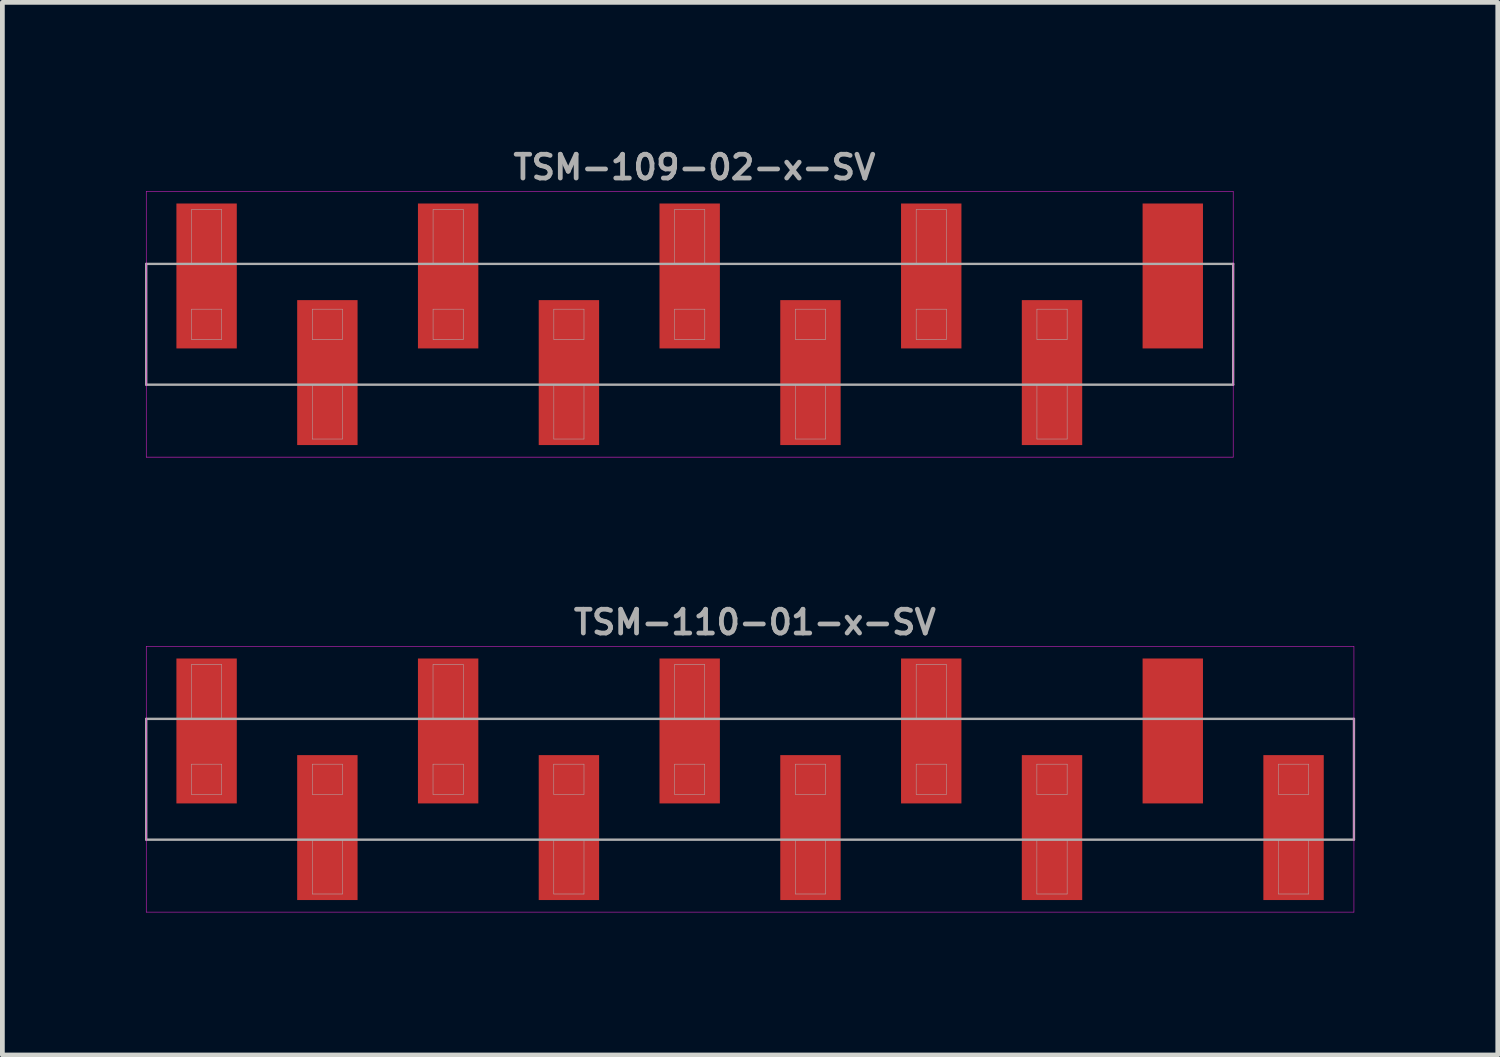
<source format=kicad_pcb>
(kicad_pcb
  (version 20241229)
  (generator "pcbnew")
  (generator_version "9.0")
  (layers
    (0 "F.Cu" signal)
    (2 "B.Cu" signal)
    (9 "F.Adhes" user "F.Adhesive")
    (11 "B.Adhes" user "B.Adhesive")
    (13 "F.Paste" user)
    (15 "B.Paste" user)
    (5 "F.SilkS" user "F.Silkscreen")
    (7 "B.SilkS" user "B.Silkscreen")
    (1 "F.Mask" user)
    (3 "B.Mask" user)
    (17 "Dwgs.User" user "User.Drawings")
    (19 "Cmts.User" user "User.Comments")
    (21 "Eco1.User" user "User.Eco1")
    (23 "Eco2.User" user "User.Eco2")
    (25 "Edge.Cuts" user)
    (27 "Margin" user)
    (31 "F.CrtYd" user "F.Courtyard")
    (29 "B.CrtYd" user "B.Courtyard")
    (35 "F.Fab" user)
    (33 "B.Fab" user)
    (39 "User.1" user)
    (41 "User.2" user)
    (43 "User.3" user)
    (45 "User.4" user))
  (footprint "TSM-109-02-x-SV"
    (layer "F.Cu")
    (at 11.455 3.77)
    (property "Reference" "TSM-109-02-x-SV" (at 0.1 -3.302 0) (layer "F.Fab") (effects (font (size 0.5 0.5) (thickness 0.1))))
    (attr smd)
    (fp_line (start -11.43 -2.794) (end -11.43 2.794) (stroke (width 0.01) (type solid)) (layer "F.CrtYd"))
    (fp_line (start -11.43 2.794) (end 11.43 2.794) (stroke (width 0.01) (type solid)) (layer "F.CrtYd"))
    (fp_line (start 11.43 -2.794) (end -11.43 -2.794) (stroke (width 0.01) (type solid)) (layer "F.CrtYd"))
    (fp_line (start 11.43 2.794) (end 11.43 -2.794) (stroke (width 0.01) (type solid)) (layer "F.CrtYd"))
    (fp_line (start -11.43 -1.27) (end -11.43 1.27) (stroke (width 0.05) (type solid)) (layer "F.Fab"))
    (fp_line (start -11.43 1.27) (end 11.43 1.27) (stroke (width 0.05) (type solid)) (layer "F.Fab"))
    (fp_line (start -10.477 -2.413) (end -9.842 -2.413) (stroke (width 0.01) (type solid)) (layer "F.Fab"))
    (fp_line (start -10.477 -1.27) (end -10.477 -2.413) (stroke (width 0.01) (type solid)) (layer "F.Fab"))
    (fp_line (start -10.477 -0.318) (end -10.477 0.318) (stroke (width 0.01) (type solid)) (layer "F.Fab"))
    (fp_line (start -10.477 0.318) (end -9.842 0.318) (stroke (width 0.01) (type solid)) (layer "F.Fab"))
    (fp_line (start -9.842 -2.413) (end -9.842 -1.27) (stroke (width 0.01) (type solid)) (layer "F.Fab"))
    (fp_line (start -9.842 -0.318) (end -10.477 -0.318) (stroke (width 0.01) (type solid)) (layer "F.Fab"))
    (fp_line (start -9.842 0.318) (end -9.842 -0.318) (stroke (width 0.01) (type solid)) (layer "F.Fab"))
    (fp_line (start -7.938 -0.318) (end -7.938 0.318) (stroke (width 0.01) (type solid)) (layer "F.Fab"))
    (fp_line (start -7.938 0.318) (end -7.303 0.318) (stroke (width 0.01) (type solid)) (layer "F.Fab"))
    (fp_line (start -7.938 2.413) (end -7.938 1.27) (stroke (width 0.01) (type solid)) (layer "F.Fab"))
    (fp_line (start -7.303 -0.318) (end -7.938 -0.318) (stroke (width 0.01) (type solid)) (layer "F.Fab"))
    (fp_line (start -7.303 0.318) (end -7.303 -0.318) (stroke (width 0.01) (type solid)) (layer "F.Fab"))
    (fp_line (start -7.303 1.27) (end -7.303 2.413) (stroke (width 0.01) (type solid)) (layer "F.Fab"))
    (fp_line (start -7.303 2.413) (end -7.938 2.413) (stroke (width 0.01) (type solid)) (layer "F.Fab"))
    (fp_line (start -5.397 -2.413) (end -4.763 -2.413) (stroke (width 0.01) (type solid)) (layer "F.Fab"))
    (fp_line (start -5.397 -1.27) (end -5.397 -2.413) (stroke (width 0.01) (type solid)) (layer "F.Fab"))
    (fp_line (start -5.397 -0.318) (end -5.397 0.318) (stroke (width 0.01) (type solid)) (layer "F.Fab"))
    (fp_line (start -5.397 0.318) (end -4.763 0.318) (stroke (width 0.01) (type solid)) (layer "F.Fab"))
    (fp_line (start -4.763 -2.413) (end -4.763 -1.27) (stroke (width 0.01) (type solid)) (layer "F.Fab"))
    (fp_line (start -4.763 -0.318) (end -5.397 -0.318) (stroke (width 0.01) (type solid)) (layer "F.Fab"))
    (fp_line (start -4.763 0.318) (end -4.763 -0.318) (stroke (width 0.01) (type solid)) (layer "F.Fab"))
    (fp_line (start -2.857 -0.318) (end -2.857 0.318) (stroke (width 0.01) (type solid)) (layer "F.Fab"))
    (fp_line (start -2.857 0.318) (end -2.223 0.318) (stroke (width 0.01) (type solid)) (layer "F.Fab"))
    (fp_line (start -2.857 2.413) (end -2.857 1.27) (stroke (width 0.01) (type solid)) (layer "F.Fab"))
    (fp_line (start -2.223 -0.318) (end -2.857 -0.318) (stroke (width 0.01) (type solid)) (layer "F.Fab"))
    (fp_line (start -2.223 0.318) (end -2.223 -0.318) (stroke (width 0.01) (type solid)) (layer "F.Fab"))
    (fp_line (start -2.223 1.27) (end -2.223 2.413) (stroke (width 0.01) (type solid)) (layer "F.Fab"))
    (fp_line (start -2.223 2.413) (end -2.857 2.413) (stroke (width 0.01) (type solid)) (layer "F.Fab"))
    (fp_line (start -0.318 -2.413) (end 0.318 -2.413) (stroke (width 0.01) (type solid)) (layer "F.Fab"))
    (fp_line (start -0.318 -1.27) (end -0.318 -2.413) (stroke (width 0.01) (type solid)) (layer "F.Fab"))
    (fp_line (start -0.318 -0.318) (end -0.318 0.318) (stroke (width 0.01) (type solid)) (layer "F.Fab"))
    (fp_line (start -0.318 0.318) (end 0.318 0.318) (stroke (width 0.01) (type solid)) (layer "F.Fab"))
    (fp_line (start 0.318 -2.413) (end 0.318 -1.27) (stroke (width 0.01) (type solid)) (layer "F.Fab"))
    (fp_line (start 0.318 -0.318) (end -0.318 -0.318) (stroke (width 0.01) (type solid)) (layer "F.Fab"))
    (fp_line (start 0.318 0.318) (end 0.318 -0.318) (stroke (width 0.01) (type solid)) (layer "F.Fab"))
    (fp_line (start 2.223 -0.318) (end 2.223 0.318) (stroke (width 0.01) (type solid)) (layer "F.Fab"))
    (fp_line (start 2.223 0.318) (end 2.857 0.318) (stroke (width 0.01) (type solid)) (layer "F.Fab"))
    (fp_line (start 2.223 2.413) (end 2.223 1.27) (stroke (width 0.01) (type solid)) (layer "F.Fab"))
    (fp_line (start 2.857 -0.318) (end 2.223 -0.318) (stroke (width 0.01) (type solid)) (layer "F.Fab"))
    (fp_line (start 2.857 0.318) (end 2.857 -0.318) (stroke (width 0.01) (type solid)) (layer "F.Fab"))
    (fp_line (start 2.857 1.27) (end 2.857 2.413) (stroke (width 0.01) (type solid)) (layer "F.Fab"))
    (fp_line (start 2.857 2.413) (end 2.223 2.413) (stroke (width 0.01) (type solid)) (layer "F.Fab"))
    (fp_line (start 4.763 -2.413) (end 5.397 -2.413) (stroke (width 0.01) (type solid)) (layer "F.Fab"))
    (fp_line (start 4.763 -1.27) (end 4.763 -2.413) (stroke (width 0.01) (type solid)) (layer "F.Fab"))
    (fp_line (start 4.763 -0.318) (end 4.763 0.318) (stroke (width 0.01) (type solid)) (layer "F.Fab"))
    (fp_line (start 4.763 0.318) (end 5.397 0.318) (stroke (width 0.01) (type solid)) (layer "F.Fab"))
    (fp_line (start 5.397 -2.413) (end 5.397 -1.27) (stroke (width 0.01) (type solid)) (layer "F.Fab"))
    (fp_line (start 5.397 -0.318) (end 4.763 -0.318) (stroke (width 0.01) (type solid)) (layer "F.Fab"))
    (fp_line (start 5.397 0.318) (end 5.397 -0.318) (stroke (width 0.01) (type solid)) (layer "F.Fab"))
    (fp_line (start 7.303 -0.318) (end 7.303 0.318) (stroke (width 0.01) (type solid)) (layer "F.Fab"))
    (fp_line (start 7.303 0.318) (end 7.938 0.318) (stroke (width 0.01) (type solid)) (layer "F.Fab"))
    (fp_line (start 7.303 2.413) (end 7.303 1.27) (stroke (width 0.01) (type solid)) (layer "F.Fab"))
    (fp_line (start 7.938 -0.318) (end 7.303 -0.318) (stroke (width 0.01) (type solid)) (layer "F.Fab"))
    (fp_line (start 7.938 0.318) (end 7.938 -0.318) (stroke (width 0.01) (type solid)) (layer "F.Fab"))
    (fp_line (start 7.938 1.27) (end 7.938 2.413) (stroke (width 0.01) (type solid)) (layer "F.Fab"))
    (fp_line (start 7.938 2.413) (end 7.303 2.413) (stroke (width 0.01) (type solid)) (layer "F.Fab"))
    (fp_line (start 11.43 -1.27) (end -11.43 -1.27) (stroke (width 0.05) (type solid)) (layer "F.Fab"))
    (fp_line (start 11.43 1.27) (end 11.43 -1.27) (stroke (width 0.05) (type solid)) (layer "F.Fab"))
    (pad "1" smd rect (at -10.16 -1.016) (size 1.27 3.048) (layers "F.Cu" "F.Mask" "F.Paste"))
    (pad "2" smd rect (at -7.62 1.016) (size 1.27 3.048) (layers "F.Cu" "F.Mask" "F.Paste"))
    (pad "3" smd rect (at -5.08 -1.016) (size 1.27 3.048) (layers "F.Cu" "F.Mask" "F.Paste"))
    (pad "4" smd rect (at -2.54 1.016) (size 1.27 3.048) (layers "F.Cu" "F.Mask" "F.Paste"))
    (pad "5" smd rect (at 0 -1.016) (size 1.27 3.048) (layers "F.Cu" "F.Mask" "F.Paste"))
    (pad "6" smd rect (at 2.54 1.016) (size 1.27 3.048) (layers "F.Cu" "F.Mask" "F.Paste"))
    (pad "7" smd rect (at 5.08 -1.016) (size 1.27 3.048) (layers "F.Cu" "F.Mask" "F.Paste"))
    (pad "8" smd rect (at 7.62 1.016) (size 1.27 3.048) (layers "F.Cu" "F.Mask" "F.Paste"))
    (pad "9" smd rect (at 10.16 -1.016) (size 1.27 3.048) (layers "F.Cu" "F.Mask" "F.Paste")))
  (footprint "TSM-110-01-x-SV"
    (layer "F.Cu")
    (at 12.725 13.339)
    (property "Reference" "TSM-110-01-x-SV" (at 0.1 -3.302 0) (layer "F.Fab") (effects (font (size 0.5 0.5) (thickness 0.1))))
    (attr smd)
    (fp_line (start -12.7 -2.794) (end -12.7 2.794) (stroke (width 0.01) (type solid)) (layer "F.CrtYd"))
    (fp_line (start -12.7 2.794) (end 12.7 2.794) (stroke (width 0.01) (type solid)) (layer "F.CrtYd"))
    (fp_line (start 12.7 -2.794) (end -12.7 -2.794) (stroke (width 0.01) (type solid)) (layer "F.CrtYd"))
    (fp_line (start 12.7 2.794) (end 12.7 -2.794) (stroke (width 0.01) (type solid)) (layer "F.CrtYd"))
    (fp_line (start -12.7 -1.27) (end -12.7 1.27) (stroke (width 0.05) (type solid)) (layer "F.Fab"))
    (fp_line (start -12.7 1.27) (end 12.7 1.27) (stroke (width 0.05) (type solid)) (layer "F.Fab"))
    (fp_line (start -11.748 -2.413) (end -11.113 -2.413) (stroke (width 0.01) (type solid)) (layer "F.Fab"))
    (fp_line (start -11.748 -1.27) (end -11.748 -2.413) (stroke (width 0.01) (type solid)) (layer "F.Fab"))
    (fp_line (start -11.748 -0.318) (end -11.748 0.318) (stroke (width 0.01) (type solid)) (layer "F.Fab"))
    (fp_line (start -11.748 0.318) (end -11.113 0.318) (stroke (width 0.01) (type solid)) (layer "F.Fab"))
    (fp_line (start -11.113 -2.413) (end -11.113 -1.27) (stroke (width 0.01) (type solid)) (layer "F.Fab"))
    (fp_line (start -11.113 -0.318) (end -11.748 -0.318) (stroke (width 0.01) (type solid)) (layer "F.Fab"))
    (fp_line (start -11.113 0.318) (end -11.113 -0.318) (stroke (width 0.01) (type solid)) (layer "F.Fab"))
    (fp_line (start -9.207 -0.318) (end -9.207 0.318) (stroke (width 0.01) (type solid)) (layer "F.Fab"))
    (fp_line (start -9.207 0.318) (end -8.572 0.318) (stroke (width 0.01) (type solid)) (layer "F.Fab"))
    (fp_line (start -9.207 2.413) (end -9.207 1.27) (stroke (width 0.01) (type solid)) (layer "F.Fab"))
    (fp_line (start -8.572 -0.318) (end -9.207 -0.318) (stroke (width 0.01) (type solid)) (layer "F.Fab"))
    (fp_line (start -8.572 0.318) (end -8.572 -0.318) (stroke (width 0.01) (type solid)) (layer "F.Fab"))
    (fp_line (start -8.572 1.27) (end -8.572 2.413) (stroke (width 0.01) (type solid)) (layer "F.Fab"))
    (fp_line (start -8.572 2.413) (end -9.207 2.413) (stroke (width 0.01) (type solid)) (layer "F.Fab"))
    (fp_line (start -6.668 -2.413) (end -6.032 -2.413) (stroke (width 0.01) (type solid)) (layer "F.Fab"))
    (fp_line (start -6.668 -1.27) (end -6.668 -2.413) (stroke (width 0.01) (type solid)) (layer "F.Fab"))
    (fp_line (start -6.668 -0.318) (end -6.668 0.318) (stroke (width 0.01) (type solid)) (layer "F.Fab"))
    (fp_line (start -6.668 0.318) (end -6.032 0.318) (stroke (width 0.01) (type solid)) (layer "F.Fab"))
    (fp_line (start -6.032 -2.413) (end -6.032 -1.27) (stroke (width 0.01) (type solid)) (layer "F.Fab"))
    (fp_line (start -6.032 -0.318) (end -6.668 -0.318) (stroke (width 0.01) (type solid)) (layer "F.Fab"))
    (fp_line (start -6.032 0.318) (end -6.032 -0.318) (stroke (width 0.01) (type solid)) (layer "F.Fab"))
    (fp_line (start -4.128 -0.318) (end -4.128 0.318) (stroke (width 0.01) (type solid)) (layer "F.Fab"))
    (fp_line (start -4.128 0.318) (end -3.493 0.318) (stroke (width 0.01) (type solid)) (layer "F.Fab"))
    (fp_line (start -4.128 2.413) (end -4.128 1.27) (stroke (width 0.01) (type solid)) (layer "F.Fab"))
    (fp_line (start -3.493 -0.318) (end -4.128 -0.318) (stroke (width 0.01) (type solid)) (layer "F.Fab"))
    (fp_line (start -3.493 0.318) (end -3.493 -0.318) (stroke (width 0.01) (type solid)) (layer "F.Fab"))
    (fp_line (start -3.493 1.27) (end -3.493 2.413) (stroke (width 0.01) (type solid)) (layer "F.Fab"))
    (fp_line (start -3.493 2.413) (end -4.128 2.413) (stroke (width 0.01) (type solid)) (layer "F.Fab"))
    (fp_line (start -1.587 -2.413) (end -0.953 -2.413) (stroke (width 0.01) (type solid)) (layer "F.Fab"))
    (fp_line (start -1.587 -1.27) (end -1.587 -2.413) (stroke (width 0.01) (type solid)) (layer "F.Fab"))
    (fp_line (start -1.587 -0.318) (end -1.587 0.318) (stroke (width 0.01) (type solid)) (layer "F.Fab"))
    (fp_line (start -1.587 0.318) (end -0.953 0.318) (stroke (width 0.01) (type solid)) (layer "F.Fab"))
    (fp_line (start -0.953 -2.413) (end -0.953 -1.27) (stroke (width 0.01) (type solid)) (layer "F.Fab"))
    (fp_line (start -0.953 -0.318) (end -1.587 -0.318) (stroke (width 0.01) (type solid)) (layer "F.Fab"))
    (fp_line (start -0.953 0.318) (end -0.953 -0.318) (stroke (width 0.01) (type solid)) (layer "F.Fab"))
    (fp_line (start 0.953 -0.318) (end 0.953 0.318) (stroke (width 0.01) (type solid)) (layer "F.Fab"))
    (fp_line (start 0.953 0.318) (end 1.587 0.318) (stroke (width 0.01) (type solid)) (layer "F.Fab"))
    (fp_line (start 0.953 2.413) (end 0.953 1.27) (stroke (width 0.01) (type solid)) (layer "F.Fab"))
    (fp_line (start 1.587 -0.318) (end 0.953 -0.318) (stroke (width 0.01) (type solid)) (layer "F.Fab"))
    (fp_line (start 1.587 0.318) (end 1.587 -0.318) (stroke (width 0.01) (type solid)) (layer "F.Fab"))
    (fp_line (start 1.587 1.27) (end 1.587 2.413) (stroke (width 0.01) (type solid)) (layer "F.Fab"))
    (fp_line (start 1.587 2.413) (end 0.953 2.413) (stroke (width 0.01) (type solid)) (layer "F.Fab"))
    (fp_line (start 3.493 -2.413) (end 4.128 -2.413) (stroke (width 0.01) (type solid)) (layer "F.Fab"))
    (fp_line (start 3.493 -1.27) (end 3.493 -2.413) (stroke (width 0.01) (type solid)) (layer "F.Fab"))
    (fp_line (start 3.493 -0.318) (end 3.493 0.318) (stroke (width 0.01) (type solid)) (layer "F.Fab"))
    (fp_line (start 3.493 0.318) (end 4.128 0.318) (stroke (width 0.01) (type solid)) (layer "F.Fab"))
    (fp_line (start 4.128 -2.413) (end 4.128 -1.27) (stroke (width 0.01) (type solid)) (layer "F.Fab"))
    (fp_line (start 4.128 -0.318) (end 3.493 -0.318) (stroke (width 0.01) (type solid)) (layer "F.Fab"))
    (fp_line (start 4.128 0.318) (end 4.128 -0.318) (stroke (width 0.01) (type solid)) (layer "F.Fab"))
    (fp_line (start 6.032 -0.318) (end 6.032 0.318) (stroke (width 0.01) (type solid)) (layer "F.Fab"))
    (fp_line (start 6.032 0.318) (end 6.668 0.318) (stroke (width 0.01) (type solid)) (layer "F.Fab"))
    (fp_line (start 6.032 2.413) (end 6.032 1.27) (stroke (width 0.01) (type solid)) (layer "F.Fab"))
    (fp_line (start 6.668 -0.318) (end 6.032 -0.318) (stroke (width 0.01) (type solid)) (layer "F.Fab"))
    (fp_line (start 6.668 0.318) (end 6.668 -0.318) (stroke (width 0.01) (type solid)) (layer "F.Fab"))
    (fp_line (start 6.668 1.27) (end 6.668 2.413) (stroke (width 0.01) (type solid)) (layer "F.Fab"))
    (fp_line (start 6.668 2.413) (end 6.032 2.413) (stroke (width 0.01) (type solid)) (layer "F.Fab"))
    (fp_line (start 11.113 -0.318) (end 11.113 0.318) (stroke (width 0.01) (type solid)) (layer "F.Fab"))
    (fp_line (start 11.113 0.318) (end 11.748 0.318) (stroke (width 0.01) (type solid)) (layer "F.Fab"))
    (fp_line (start 11.113 2.413) (end 11.113 1.27) (stroke (width 0.01) (type solid)) (layer "F.Fab"))
    (fp_line (start 11.748 -0.318) (end 11.113 -0.318) (stroke (width 0.01) (type solid)) (layer "F.Fab"))
    (fp_line (start 11.748 0.318) (end 11.748 -0.318) (stroke (width 0.01) (type solid)) (layer "F.Fab"))
    (fp_line (start 11.748 1.27) (end 11.748 2.413) (stroke (width 0.01) (type solid)) (layer "F.Fab"))
    (fp_line (start 11.748 2.413) (end 11.113 2.413) (stroke (width 0.01) (type solid)) (layer "F.Fab"))
    (fp_line (start 12.7 -1.27) (end -12.7 -1.27) (stroke (width 0.05) (type solid)) (layer "F.Fab"))
    (fp_line (start 12.7 1.27) (end 12.7 -1.27) (stroke (width 0.05) (type solid)) (layer "F.Fab"))
    (pad "1" smd rect (at -11.43 -1.016) (size 1.27 3.048) (layers "F.Cu" "F.Mask" "F.Paste"))
    (pad "2" smd rect (at -8.89 1.016) (size 1.27 3.048) (layers "F.Cu" "F.Mask" "F.Paste"))
    (pad "3" smd rect (at -6.35 -1.016) (size 1.27 3.048) (layers "F.Cu" "F.Mask" "F.Paste"))
    (pad "4" smd rect (at -3.81 1.016) (size 1.27 3.048) (layers "F.Cu" "F.Mask" "F.Paste"))
    (pad "5" smd rect (at -1.27 -1.016) (size 1.27 3.048) (layers "F.Cu" "F.Mask" "F.Paste"))
    (pad "6" smd rect (at 1.27 1.016) (size 1.27 3.048) (layers "F.Cu" "F.Mask" "F.Paste"))
    (pad "7" smd rect (at 3.81 -1.016) (size 1.27 3.048) (layers "F.Cu" "F.Mask" "F.Paste"))
    (pad "8" smd rect (at 6.35 1.016) (size 1.27 3.048) (layers "F.Cu" "F.Mask" "F.Paste"))
    (pad "9" smd rect (at 8.89 -1.016) (size 1.27 3.048) (layers "F.Cu" "F.Mask" "F.Paste"))
    (pad "10" smd rect (at 11.43 1.016) (size 1.27 3.048) (layers "F.Cu" "F.Mask" "F.Paste")))
  (gr_rect
    (start -3 -3)
    (end 28.45 19.138)
    (stroke (width 0.1) (type default))
    (fill no)
    (layer "Edge.Cuts")))
</source>
